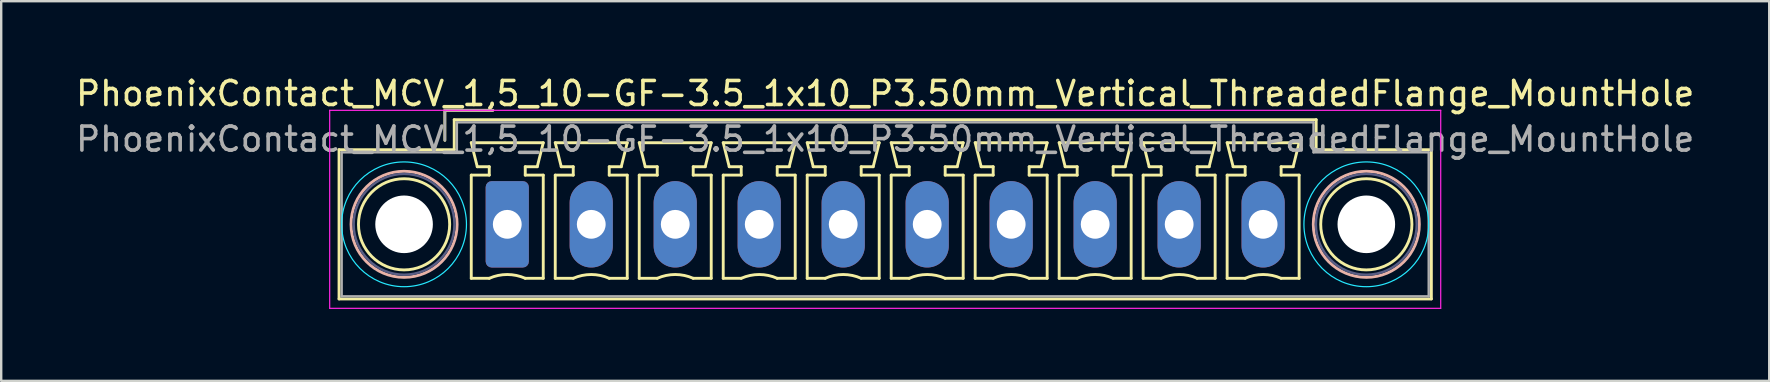
<source format=kicad_pcb>
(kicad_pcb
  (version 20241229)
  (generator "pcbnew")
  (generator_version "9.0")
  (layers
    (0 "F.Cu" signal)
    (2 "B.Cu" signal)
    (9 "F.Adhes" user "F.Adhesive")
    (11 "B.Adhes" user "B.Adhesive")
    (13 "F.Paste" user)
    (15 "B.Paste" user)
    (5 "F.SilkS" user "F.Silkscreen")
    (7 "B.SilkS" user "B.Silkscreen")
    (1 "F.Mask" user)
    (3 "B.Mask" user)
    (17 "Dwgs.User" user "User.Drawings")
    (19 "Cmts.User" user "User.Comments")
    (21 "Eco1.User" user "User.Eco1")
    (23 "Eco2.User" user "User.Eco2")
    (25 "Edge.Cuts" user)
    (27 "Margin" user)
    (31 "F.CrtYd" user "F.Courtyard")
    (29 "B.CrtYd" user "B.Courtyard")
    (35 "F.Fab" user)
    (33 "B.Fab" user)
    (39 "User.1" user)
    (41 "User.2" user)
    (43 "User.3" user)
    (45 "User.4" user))
  (footprint "PhoenixContact_MCV_1,5_10-GF-3.5_1x10_P3.50mm_Vertical_ThreadedFlange_MountHole"
    (layer "F.Cu")
    (at 18.089 6.298)
    (property "Reference" "PhoenixContact_MCV_1,5_10-GF-3.5_1x10_P3.50mm_Vertical_ThreadedFlange_MountHole" (at 15.75 -5.45 0) (layer "F.SilkS") (effects (font (size 1 1) (thickness 0.15))))
    (attr through_hole)
    (fp_line (start -7.01 -3.11) (end -7.01 3.11) (stroke (width 0.12) (type solid)) (layer "F.SilkS"))
    (fp_line (start -7.01 3.11) (end 38.51 3.11) (stroke (width 0.12) (type solid)) (layer "F.SilkS"))
    (fp_line (start -2.6 -4.75) (end -0.6 -4.75) (stroke (width 0.12) (type solid)) (layer "F.SilkS"))
    (fp_line (start -2.6 -3.5) (end -2.6 -4.75) (stroke (width 0.12) (type solid)) (layer "F.SilkS"))
    (fp_line (start -2.21 -4.36) (end -2.21 -3.11) (stroke (width 0.12) (type solid)) (layer "F.SilkS"))
    (fp_line (start -2.21 -3.11) (end -7.01 -3.11) (stroke (width 0.12) (type solid)) (layer "F.SilkS"))
    (fp_line (start -1.5 -3.4) (end 1.5 -3.4) (stroke (width 0.12) (type solid)) (layer "F.SilkS"))
    (fp_line (start -1.5 -2.05) (end -0.75 -2.05) (stroke (width 0.12) (type solid)) (layer "F.SilkS"))
    (fp_line (start -1.5 2.25) (end -1.5 -2.05) (stroke (width 0.12) (type solid)) (layer "F.SilkS"))
    (fp_line (start -1.25 -2.4) (end -1.5 -3.4) (stroke (width 0.12) (type solid)) (layer "F.SilkS"))
    (fp_line (start -0.75 -2.4) (end -1.25 -2.4) (stroke (width 0.12) (type solid)) (layer "F.SilkS"))
    (fp_line (start -0.75 -2.05) (end -0.75 -2.4) (stroke (width 0.12) (type solid)) (layer "F.SilkS"))
    (fp_line (start -0.75 2.25) (end -1.5 2.25) (stroke (width 0.12) (type solid)) (layer "F.SilkS"))
    (fp_line (start 0.75 -2.4) (end 0.75 -2.05) (stroke (width 0.12) (type solid)) (layer "F.SilkS"))
    (fp_line (start 0.75 -2.05) (end 1.5 -2.05) (stroke (width 0.12) (type solid)) (layer "F.SilkS"))
    (fp_line (start 1.25 -2.4) (end 0.75 -2.4) (stroke (width 0.12) (type solid)) (layer "F.SilkS"))
    (fp_line (start 1.5 -3.4) (end 1.25 -2.4) (stroke (width 0.12) (type solid)) (layer "F.SilkS"))
    (fp_line (start 1.5 -2.05) (end 1.5 2.25) (stroke (width 0.12) (type solid)) (layer "F.SilkS"))
    (fp_line (start 1.5 2.25) (end 0.75 2.25) (stroke (width 0.12) (type solid)) (layer "F.SilkS"))
    (fp_line (start 2 -3.4) (end 5 -3.4) (stroke (width 0.12) (type solid)) (layer "F.SilkS"))
    (fp_line (start 2 -2.05) (end 2.75 -2.05) (stroke (width 0.12) (type solid)) (layer "F.SilkS"))
    (fp_line (start 2 2.25) (end 2 -2.05) (stroke (width 0.12) (type solid)) (layer "F.SilkS"))
    (fp_line (start 2.25 -2.4) (end 2 -3.4) (stroke (width 0.12) (type solid)) (layer "F.SilkS"))
    (fp_line (start 2.75 -2.4) (end 2.25 -2.4) (stroke (width 0.12) (type solid)) (layer "F.SilkS"))
    (fp_line (start 2.75 -2.05) (end 2.75 -2.4) (stroke (width 0.12) (type solid)) (layer "F.SilkS"))
    (fp_line (start 2.75 2.25) (end 2 2.25) (stroke (width 0.12) (type solid)) (layer "F.SilkS"))
    (fp_line (start 4.25 -2.4) (end 4.25 -2.05) (stroke (width 0.12) (type solid)) (layer "F.SilkS"))
    (fp_line (start 4.25 -2.05) (end 5 -2.05) (stroke (width 0.12) (type solid)) (layer "F.SilkS"))
    (fp_line (start 4.75 -2.4) (end 4.25 -2.4) (stroke (width 0.12) (type solid)) (layer "F.SilkS"))
    (fp_line (start 5 -3.4) (end 4.75 -2.4) (stroke (width 0.12) (type solid)) (layer "F.SilkS"))
    (fp_line (start 5 -2.05) (end 5 2.25) (stroke (width 0.12) (type solid)) (layer "F.SilkS"))
    (fp_line (start 5 2.25) (end 4.25 2.25) (stroke (width 0.12) (type solid)) (layer "F.SilkS"))
    (fp_line (start 5.5 -3.4) (end 8.5 -3.4) (stroke (width 0.12) (type solid)) (layer "F.SilkS"))
    (fp_line (start 5.5 -2.05) (end 6.25 -2.05) (stroke (width 0.12) (type solid)) (layer "F.SilkS"))
    (fp_line (start 5.5 2.25) (end 5.5 -2.05) (stroke (width 0.12) (type solid)) (layer "F.SilkS"))
    (fp_line (start 5.75 -2.4) (end 5.5 -3.4) (stroke (width 0.12) (type solid)) (layer "F.SilkS"))
    (fp_line (start 6.25 -2.4) (end 5.75 -2.4) (stroke (width 0.12) (type solid)) (layer "F.SilkS"))
    (fp_line (start 6.25 -2.05) (end 6.25 -2.4) (stroke (width 0.12) (type solid)) (layer "F.SilkS"))
    (fp_line (start 6.25 2.25) (end 5.5 2.25) (stroke (width 0.12) (type solid)) (layer "F.SilkS"))
    (fp_line (start 7.75 -2.4) (end 7.75 -2.05) (stroke (width 0.12) (type solid)) (layer "F.SilkS"))
    (fp_line (start 7.75 -2.05) (end 8.5 -2.05) (stroke (width 0.12) (type solid)) (layer "F.SilkS"))
    (fp_line (start 8.25 -2.4) (end 7.75 -2.4) (stroke (width 0.12) (type solid)) (layer "F.SilkS"))
    (fp_line (start 8.5 -3.4) (end 8.25 -2.4) (stroke (width 0.12) (type solid)) (layer "F.SilkS"))
    (fp_line (start 8.5 -2.05) (end 8.5 2.25) (stroke (width 0.12) (type solid)) (layer "F.SilkS"))
    (fp_line (start 8.5 2.25) (end 7.75 2.25) (stroke (width 0.12) (type solid)) (layer "F.SilkS"))
    (fp_line (start 9 -3.4) (end 12 -3.4) (stroke (width 0.12) (type solid)) (layer "F.SilkS"))
    (fp_line (start 9 -2.05) (end 9.75 -2.05) (stroke (width 0.12) (type solid)) (layer "F.SilkS"))
    (fp_line (start 9 2.25) (end 9 -2.05) (stroke (width 0.12) (type solid)) (layer "F.SilkS"))
    (fp_line (start 9.25 -2.4) (end 9 -3.4) (stroke (width 0.12) (type solid)) (layer "F.SilkS"))
    (fp_line (start 9.75 -2.4) (end 9.25 -2.4) (stroke (width 0.12) (type solid)) (layer "F.SilkS"))
    (fp_line (start 9.75 -2.05) (end 9.75 -2.4) (stroke (width 0.12) (type solid)) (layer "F.SilkS"))
    (fp_line (start 9.75 2.25) (end 9 2.25) (stroke (width 0.12) (type solid)) (layer "F.SilkS"))
    (fp_line (start 11.25 -2.4) (end 11.25 -2.05) (stroke (width 0.12) (type solid)) (layer "F.SilkS"))
    (fp_line (start 11.25 -2.05) (end 12 -2.05) (stroke (width 0.12) (type solid)) (layer "F.SilkS"))
    (fp_line (start 11.75 -2.4) (end 11.25 -2.4) (stroke (width 0.12) (type solid)) (layer "F.SilkS"))
    (fp_line (start 12 -3.4) (end 11.75 -2.4) (stroke (width 0.12) (type solid)) (layer "F.SilkS"))
    (fp_line (start 12 -2.05) (end 12 2.25) (stroke (width 0.12) (type solid)) (layer "F.SilkS"))
    (fp_line (start 12 2.25) (end 11.25 2.25) (stroke (width 0.12) (type solid)) (layer "F.SilkS"))
    (fp_line (start 12.5 -3.4) (end 15.5 -3.4) (stroke (width 0.12) (type solid)) (layer "F.SilkS"))
    (fp_line (start 12.5 -2.05) (end 13.25 -2.05) (stroke (width 0.12) (type solid)) (layer "F.SilkS"))
    (fp_line (start 12.5 2.25) (end 12.5 -2.05) (stroke (width 0.12) (type solid)) (layer "F.SilkS"))
    (fp_line (start 12.75 -2.4) (end 12.5 -3.4) (stroke (width 0.12) (type solid)) (layer "F.SilkS"))
    (fp_line (start 13.25 -2.4) (end 12.75 -2.4) (stroke (width 0.12) (type solid)) (layer "F.SilkS"))
    (fp_line (start 13.25 -2.05) (end 13.25 -2.4) (stroke (width 0.12) (type solid)) (layer "F.SilkS"))
    (fp_line (start 13.25 2.25) (end 12.5 2.25) (stroke (width 0.12) (type solid)) (layer "F.SilkS"))
    (fp_line (start 14.75 -2.4) (end 14.75 -2.05) (stroke (width 0.12) (type solid)) (layer "F.SilkS"))
    (fp_line (start 14.75 -2.05) (end 15.5 -2.05) (stroke (width 0.12) (type solid)) (layer "F.SilkS"))
    (fp_line (start 15.25 -2.4) (end 14.75 -2.4) (stroke (width 0.12) (type solid)) (layer "F.SilkS"))
    (fp_line (start 15.5 -3.4) (end 15.25 -2.4) (stroke (width 0.12) (type solid)) (layer "F.SilkS"))
    (fp_line (start 15.5 -2.05) (end 15.5 2.25) (stroke (width 0.12) (type solid)) (layer "F.SilkS"))
    (fp_line (start 15.5 2.25) (end 14.75 2.25) (stroke (width 0.12) (type solid)) (layer "F.SilkS"))
    (fp_line (start 16 -3.4) (end 19 -3.4) (stroke (width 0.12) (type solid)) (layer "F.SilkS"))
    (fp_line (start 16 -2.05) (end 16.75 -2.05) (stroke (width 0.12) (type solid)) (layer "F.SilkS"))
    (fp_line (start 16 2.25) (end 16 -2.05) (stroke (width 0.12) (type solid)) (layer "F.SilkS"))
    (fp_line (start 16.25 -2.4) (end 16 -3.4) (stroke (width 0.12) (type solid)) (layer "F.SilkS"))
    (fp_line (start 16.75 -2.4) (end 16.25 -2.4) (stroke (width 0.12) (type solid)) (layer "F.SilkS"))
    (fp_line (start 16.75 -2.05) (end 16.75 -2.4) (stroke (width 0.12) (type solid)) (layer "F.SilkS"))
    (fp_line (start 16.75 2.25) (end 16 2.25) (stroke (width 0.12) (type solid)) (layer "F.SilkS"))
    (fp_line (start 18.25 -2.4) (end 18.25 -2.05) (stroke (width 0.12) (type solid)) (layer "F.SilkS"))
    (fp_line (start 18.25 -2.05) (end 19 -2.05) (stroke (width 0.12) (type solid)) (layer "F.SilkS"))
    (fp_line (start 18.75 -2.4) (end 18.25 -2.4) (stroke (width 0.12) (type solid)) (layer "F.SilkS"))
    (fp_line (start 19 -3.4) (end 18.75 -2.4) (stroke (width 0.12) (type solid)) (layer "F.SilkS"))
    (fp_line (start 19 -2.05) (end 19 2.25) (stroke (width 0.12) (type solid)) (layer "F.SilkS"))
    (fp_line (start 19 2.25) (end 18.25 2.25) (stroke (width 0.12) (type solid)) (layer "F.SilkS"))
    (fp_line (start 19.5 -3.4) (end 22.5 -3.4) (stroke (width 0.12) (type solid)) (layer "F.SilkS"))
    (fp_line (start 19.5 -2.05) (end 20.25 -2.05) (stroke (width 0.12) (type solid)) (layer "F.SilkS"))
    (fp_line (start 19.5 2.25) (end 19.5 -2.05) (stroke (width 0.12) (type solid)) (layer "F.SilkS"))
    (fp_line (start 19.75 -2.4) (end 19.5 -3.4) (stroke (width 0.12) (type solid)) (layer "F.SilkS"))
    (fp_line (start 20.25 -2.4) (end 19.75 -2.4) (stroke (width 0.12) (type solid)) (layer "F.SilkS"))
    (fp_line (start 20.25 -2.05) (end 20.25 -2.4) (stroke (width 0.12) (type solid)) (layer "F.SilkS"))
    (fp_line (start 20.25 2.25) (end 19.5 2.25) (stroke (width 0.12) (type solid)) (layer "F.SilkS"))
    (fp_line (start 21.75 -2.4) (end 21.75 -2.05) (stroke (width 0.12) (type solid)) (layer "F.SilkS"))
    (fp_line (start 21.75 -2.05) (end 22.5 -2.05) (stroke (width 0.12) (type solid)) (layer "F.SilkS"))
    (fp_line (start 22.25 -2.4) (end 21.75 -2.4) (stroke (width 0.12) (type solid)) (layer "F.SilkS"))
    (fp_line (start 22.5 -3.4) (end 22.25 -2.4) (stroke (width 0.12) (type solid)) (layer "F.SilkS"))
    (fp_line (start 22.5 -2.05) (end 22.5 2.25) (stroke (width 0.12) (type solid)) (layer "F.SilkS"))
    (fp_line (start 22.5 2.25) (end 21.75 2.25) (stroke (width 0.12) (type solid)) (layer "F.SilkS"))
    (fp_line (start 23 -3.4) (end 26 -3.4) (stroke (width 0.12) (type solid)) (layer "F.SilkS"))
    (fp_line (start 23 -2.05) (end 23.75 -2.05) (stroke (width 0.12) (type solid)) (layer "F.SilkS"))
    (fp_line (start 23 2.25) (end 23 -2.05) (stroke (width 0.12) (type solid)) (layer "F.SilkS"))
    (fp_line (start 23.25 -2.4) (end 23 -3.4) (stroke (width 0.12) (type solid)) (layer "F.SilkS"))
    (fp_line (start 23.75 -2.4) (end 23.25 -2.4) (stroke (width 0.12) (type solid)) (layer "F.SilkS"))
    (fp_line (start 23.75 -2.05) (end 23.75 -2.4) (stroke (width 0.12) (type solid)) (layer "F.SilkS"))
    (fp_line (start 23.75 2.25) (end 23 2.25) (stroke (width 0.12) (type solid)) (layer "F.SilkS"))
    (fp_line (start 25.25 -2.4) (end 25.25 -2.05) (stroke (width 0.12) (type solid)) (layer "F.SilkS"))
    (fp_line (start 25.25 -2.05) (end 26 -2.05) (stroke (width 0.12) (type solid)) (layer "F.SilkS"))
    (fp_line (start 25.75 -2.4) (end 25.25 -2.4) (stroke (width 0.12) (type solid)) (layer "F.SilkS"))
    (fp_line (start 26 -3.4) (end 25.75 -2.4) (stroke (width 0.12) (type solid)) (layer "F.SilkS"))
    (fp_line (start 26 -2.05) (end 26 2.25) (stroke (width 0.12) (type solid)) (layer "F.SilkS"))
    (fp_line (start 26 2.25) (end 25.25 2.25) (stroke (width 0.12) (type solid)) (layer "F.SilkS"))
    (fp_line (start 26.5 -3.4) (end 29.5 -3.4) (stroke (width 0.12) (type solid)) (layer "F.SilkS"))
    (fp_line (start 26.5 -2.05) (end 27.25 -2.05) (stroke (width 0.12) (type solid)) (layer "F.SilkS"))
    (fp_line (start 26.5 2.25) (end 26.5 -2.05) (stroke (width 0.12) (type solid)) (layer "F.SilkS"))
    (fp_line (start 26.75 -2.4) (end 26.5 -3.4) (stroke (width 0.12) (type solid)) (layer "F.SilkS"))
    (fp_line (start 27.25 -2.4) (end 26.75 -2.4) (stroke (width 0.12) (type solid)) (layer "F.SilkS"))
    (fp_line (start 27.25 -2.05) (end 27.25 -2.4) (stroke (width 0.12) (type solid)) (layer "F.SilkS"))
    (fp_line (start 27.25 2.25) (end 26.5 2.25) (stroke (width 0.12) (type solid)) (layer "F.SilkS"))
    (fp_line (start 28.75 -2.4) (end 28.75 -2.05) (stroke (width 0.12) (type solid)) (layer "F.SilkS"))
    (fp_line (start 28.75 -2.05) (end 29.5 -2.05) (stroke (width 0.12) (type solid)) (layer "F.SilkS"))
    (fp_line (start 29.25 -2.4) (end 28.75 -2.4) (stroke (width 0.12) (type solid)) (layer "F.SilkS"))
    (fp_line (start 29.5 -3.4) (end 29.25 -2.4) (stroke (width 0.12) (type solid)) (layer "F.SilkS"))
    (fp_line (start 29.5 -2.05) (end 29.5 2.25) (stroke (width 0.12) (type solid)) (layer "F.SilkS"))
    (fp_line (start 29.5 2.25) (end 28.75 2.25) (stroke (width 0.12) (type solid)) (layer "F.SilkS"))
    (fp_line (start 30 -3.4) (end 33 -3.4) (stroke (width 0.12) (type solid)) (layer "F.SilkS"))
    (fp_line (start 30 -2.05) (end 30.75 -2.05) (stroke (width 0.12) (type solid)) (layer "F.SilkS"))
    (fp_line (start 30 2.25) (end 30 -2.05) (stroke (width 0.12) (type solid)) (layer "F.SilkS"))
    (fp_line (start 30.25 -2.4) (end 30 -3.4) (stroke (width 0.12) (type solid)) (layer "F.SilkS"))
    (fp_line (start 30.75 -2.4) (end 30.25 -2.4) (stroke (width 0.12) (type solid)) (layer "F.SilkS"))
    (fp_line (start 30.75 -2.05) (end 30.75 -2.4) (stroke (width 0.12) (type solid)) (layer "F.SilkS"))
    (fp_line (start 30.75 2.25) (end 30 2.25) (stroke (width 0.12) (type solid)) (layer "F.SilkS"))
    (fp_line (start 32.25 -2.4) (end 32.25 -2.05) (stroke (width 0.12) (type solid)) (layer "F.SilkS"))
    (fp_line (start 32.25 -2.05) (end 33 -2.05) (stroke (width 0.12) (type solid)) (layer "F.SilkS"))
    (fp_line (start 32.75 -2.4) (end 32.25 -2.4) (stroke (width 0.12) (type solid)) (layer "F.SilkS"))
    (fp_line (start 33 -3.4) (end 32.75 -2.4) (stroke (width 0.12) (type solid)) (layer "F.SilkS"))
    (fp_line (start 33 -2.05) (end 33 2.25) (stroke (width 0.12) (type solid)) (layer "F.SilkS"))
    (fp_line (start 33 2.25) (end 32.25 2.25) (stroke (width 0.12) (type solid)) (layer "F.SilkS"))
    (fp_line (start 33.71 -4.36) (end -2.21 -4.36) (stroke (width 0.12) (type solid)) (layer "F.SilkS"))
    (fp_line (start 33.71 -3.11) (end 33.71 -4.36) (stroke (width 0.12) (type solid)) (layer "F.SilkS"))
    (fp_line (start 38.51 -3.11) (end 33.71 -3.11) (stroke (width 0.12) (type solid)) (layer "F.SilkS"))
    (fp_line (start 38.51 3.11) (end 38.51 -3.11) (stroke (width 0.12) (type solid)) (layer "F.SilkS"))
    (fp_arc (start -0.75 2.25) (mid -0.000193 2.09191) (end 0.749647 2.249844) (stroke (width 0.12) (type solid)) (layer "F.SilkS"))
    (fp_arc (start 2.75 2.25) (mid 3.499807 2.09191) (end 4.249647 2.249844) (stroke (width 0.12) (type solid)) (layer "F.SilkS"))
    (fp_arc (start 6.25 2.25) (mid 6.999807 2.09191) (end 7.749647 2.249844) (stroke (width 0.12) (type solid)) (layer "F.SilkS"))
    (fp_arc (start 9.75 2.25) (mid 10.499807 2.09191) (end 11.249647 2.249844) (stroke (width 0.12) (type solid)) (layer "F.SilkS"))
    (fp_arc (start 13.25 2.25) (mid 13.999807 2.09191) (end 14.749647 2.249844) (stroke (width 0.12) (type solid)) (layer "F.SilkS"))
    (fp_arc (start 16.75 2.25) (mid 17.499807 2.09191) (end 18.249647 2.249844) (stroke (width 0.12) (type solid)) (layer "F.SilkS"))
    (fp_arc (start 20.25 2.25) (mid 20.999807 2.09191) (end 21.749647 2.249844) (stroke (width 0.12) (type solid)) (layer "F.SilkS"))
    (fp_arc (start 23.75 2.25) (mid 24.499807 2.09191) (end 25.249647 2.249844) (stroke (width 0.12) (type solid)) (layer "F.SilkS"))
    (fp_arc (start 27.25 2.25) (mid 27.999807 2.09191) (end 28.749647 2.249844) (stroke (width 0.12) (type solid)) (layer "F.SilkS"))
    (fp_arc (start 30.75 2.25) (mid 31.499807 2.09191) (end 32.249647 2.249844) (stroke (width 0.12) (type solid)) (layer "F.SilkS"))
    (fp_circle (center -4.3 0) (end -2.4 0) (stroke (width 0.12) (type solid)) (fill no) (layer "F.SilkS"))
    (fp_circle (center 35.8 0) (end 37.7 0) (stroke (width 0.12) (type solid)) (fill no) (layer "F.SilkS"))
    (fp_circle (center -4.3 0) (end -2.09 0) (stroke (width 0.12) (type solid)) (fill no) (layer "B.SilkS"))
    (fp_circle (center 35.8 0) (end 38.01 0) (stroke (width 0.12) (type solid)) (fill no) (layer "B.SilkS"))
    (fp_circle (center -4.3 0) (end -1.7 0) (stroke (width 0.05) (type solid)) (fill no) (layer "B.CrtYd"))
    (fp_circle (center 35.8 0) (end 38.4 0) (stroke (width 0.05) (type solid)) (fill no) (layer "B.CrtYd"))
    (fp_line (start -7.4 -4.75) (end -7.4 3.5) (stroke (width 0.05) (type solid)) (layer "F.CrtYd"))
    (fp_line (start -7.4 3.5) (end 38.9 3.5) (stroke (width 0.05) (type solid)) (layer "F.CrtYd"))
    (fp_line (start 38.9 -4.75) (end -7.4 -4.75) (stroke (width 0.05) (type solid)) (layer "F.CrtYd"))
    (fp_line (start 38.9 3.5) (end 38.9 -4.75) (stroke (width 0.05) (type solid)) (layer "F.CrtYd"))
    (fp_circle (center -4.3 0) (end -2.2 0) (stroke (width 0.1) (type solid)) (fill no) (layer "B.Fab"))
    (fp_circle (center 35.8 0) (end 37.9 0) (stroke (width 0.1) (type solid)) (fill no) (layer "B.Fab"))
    (fp_line (start -6.9 -3) (end -6.9 3) (stroke (width 0.1) (type solid)) (layer "F.Fab"))
    (fp_line (start -6.9 3) (end 38.4 3) (stroke (width 0.1) (type solid)) (layer "F.Fab"))
    (fp_line (start -2.6 -4.75) (end -0.6 -4.75) (stroke (width 0.1) (type solid)) (layer "F.Fab"))
    (fp_line (start -2.6 -3.5) (end -2.6 -4.75) (stroke (width 0.1) (type solid)) (layer "F.Fab"))
    (fp_line (start -2.1 -4.25) (end -2.1 -3) (stroke (width 0.1) (type solid)) (layer "F.Fab"))
    (fp_line (start -2.1 -3) (end -6.9 -3) (stroke (width 0.1) (type solid)) (layer "F.Fab"))
    (fp_line (start 33.6 -4.25) (end -2.1 -4.25) (stroke (width 0.1) (type solid)) (layer "F.Fab"))
    (fp_line (start 33.6 -3) (end 33.6 -4.25) (stroke (width 0.1) (type solid)) (layer "F.Fab"))
    (fp_line (start 38.4 -3) (end 33.6 -3) (stroke (width 0.1) (type solid)) (layer "F.Fab"))
    (fp_line (start 38.4 3) (end 38.4 -3) (stroke (width 0.1) (type solid)) (layer "F.Fab"))
    (fp_text user "${REFERENCE}" (at 15.75 -3.55 0) (layer "F.Fab") (effects (font (size 1 1) (thickness 0.15))))
    (pad "" np_thru_hole circle (at -4.3 0) (size 2.4 2.4) (drill 2.4) (layers "*.Cu" "*.Mask"))
    (pad "" np_thru_hole circle (at 35.8 0) (size 2.4 2.4) (drill 2.4) (layers "*.Cu" "*.Mask"))
    (pad "1" thru_hole roundrect (at 0 0) (size 1.8 3.6) (drill 1.2) (layers "*.Cu" "*.Mask") (roundrect_rratio 0.139))
    (pad "2" thru_hole oval (at 3.5 0) (size 1.8 3.6) (drill 1.2) (layers "*.Cu" "*.Mask"))
    (pad "3" thru_hole oval (at 7 0) (size 1.8 3.6) (drill 1.2) (layers "*.Cu" "*.Mask"))
    (pad "4" thru_hole oval (at 10.5 0) (size 1.8 3.6) (drill 1.2) (layers "*.Cu" "*.Mask"))
    (pad "5" thru_hole oval (at 14 0) (size 1.8 3.6) (drill 1.2) (layers "*.Cu" "*.Mask"))
    (pad "6" thru_hole oval (at 17.5 0) (size 1.8 3.6) (drill 1.2) (layers "*.Cu" "*.Mask"))
    (pad "7" thru_hole oval (at 21 0) (size 1.8 3.6) (drill 1.2) (layers "*.Cu" "*.Mask"))
    (pad "8" thru_hole oval (at 24.5 0) (size 1.8 3.6) (drill 1.2) (layers "*.Cu" "*.Mask"))
    (pad "9" thru_hole oval (at 28 0) (size 1.8 3.6) (drill 1.2) (layers "*.Cu" "*.Mask"))
    (pad "10" thru_hole oval (at 31.5 0) (size 1.8 3.6) (drill 1.2) (layers "*.Cu" "*.Mask")))
  (gr_rect
    (start -3 -3)
    (end 70.679 12.823)
    (stroke (width 0.1) (type default))
    (fill no)
    (layer "Edge.Cuts")))
</source>
